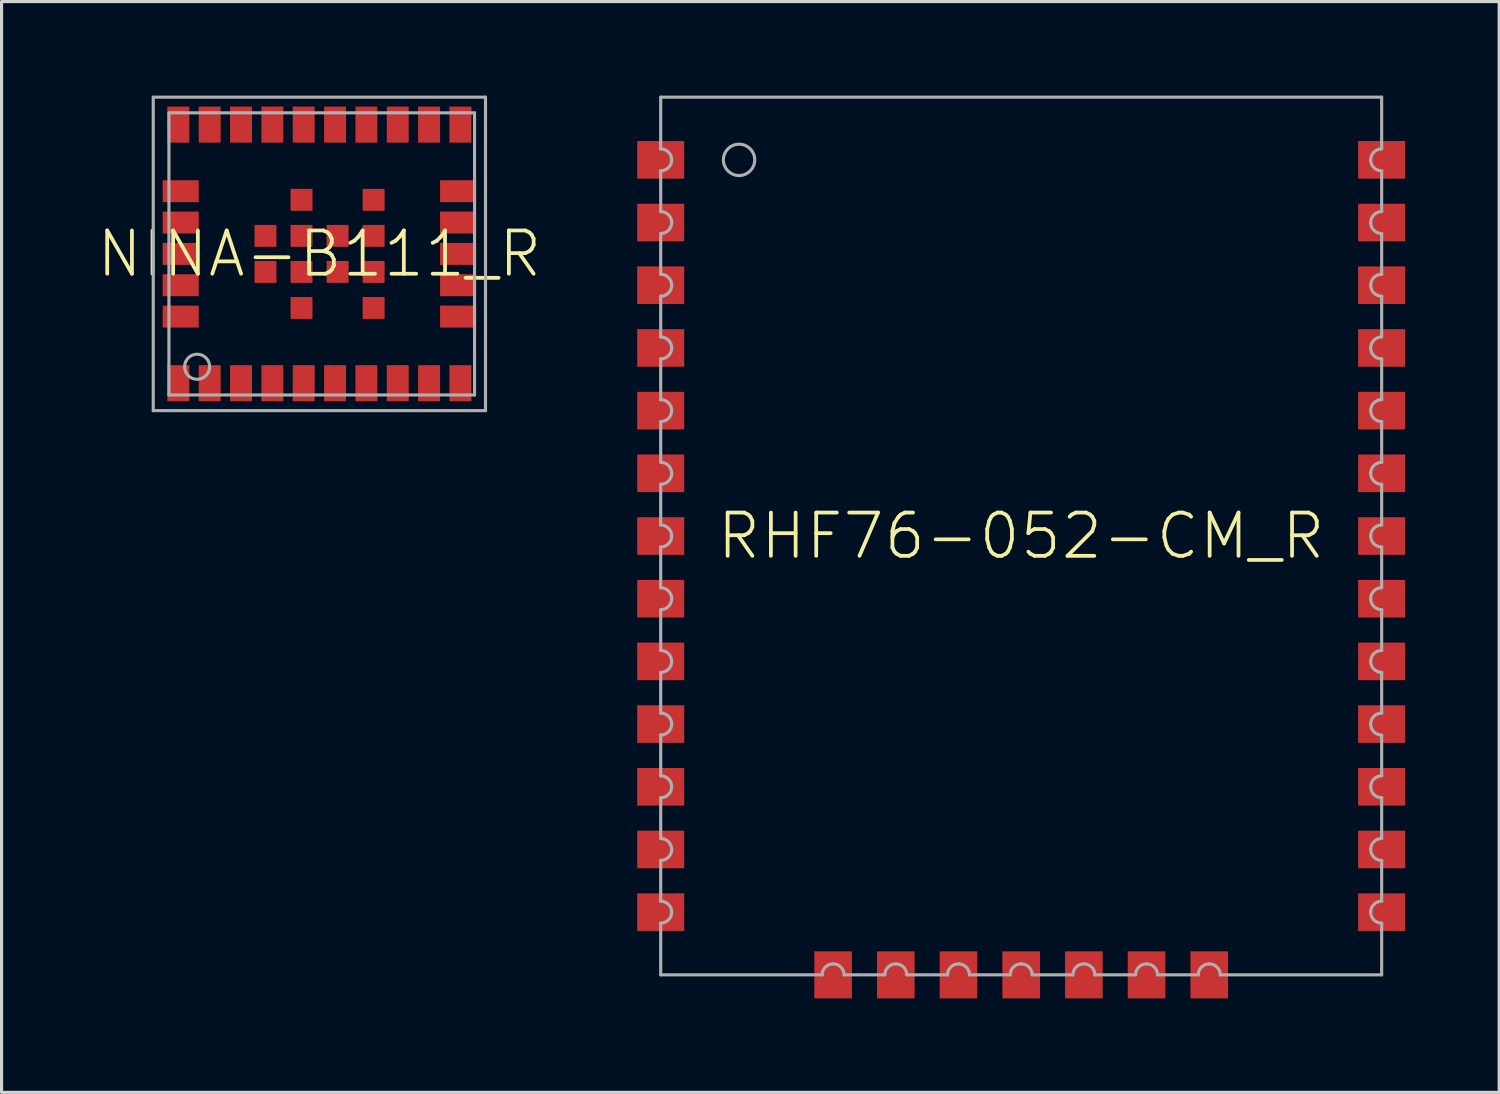
<source format=kicad_pcb>
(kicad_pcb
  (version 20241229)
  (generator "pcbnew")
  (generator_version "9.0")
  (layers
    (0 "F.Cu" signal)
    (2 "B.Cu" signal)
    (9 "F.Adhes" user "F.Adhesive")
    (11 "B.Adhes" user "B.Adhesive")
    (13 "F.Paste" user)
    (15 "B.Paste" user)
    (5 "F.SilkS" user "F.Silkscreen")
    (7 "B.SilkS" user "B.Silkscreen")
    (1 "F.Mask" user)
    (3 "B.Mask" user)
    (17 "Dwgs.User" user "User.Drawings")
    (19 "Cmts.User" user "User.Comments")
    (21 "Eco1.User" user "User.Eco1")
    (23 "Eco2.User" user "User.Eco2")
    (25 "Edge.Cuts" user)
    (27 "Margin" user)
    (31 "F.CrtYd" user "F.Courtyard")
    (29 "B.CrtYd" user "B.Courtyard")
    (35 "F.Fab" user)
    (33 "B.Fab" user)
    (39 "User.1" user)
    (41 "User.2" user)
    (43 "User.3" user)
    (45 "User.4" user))
  (footprint "RHF76-052-CM_R"
    (layer "F.Cu")
    (at 29.528 14.05)
    (property "Reference" "RHF76-052-CM_R" (at 0 0 0) (unlocked yes) (layer "F.SilkS") (effects (font (size 1.38 1.38) (thickness 0.12))))
    (fp_line (start -11.5 -14) (end -11.5 -12.35) (stroke (width 0.1) (type solid)) (layer "F.Fab"))
    (fp_line (start -11.5 -11.65) (end -11.5 -10.35) (stroke (width 0.1) (type solid)) (layer "F.Fab"))
    (fp_line (start -11.5 -9.65) (end -11.5 -8.35) (stroke (width 0.1) (type solid)) (layer "F.Fab"))
    (fp_line (start -11.5 -7.65) (end -11.5 -6.35) (stroke (width 0.1) (type solid)) (layer "F.Fab"))
    (fp_line (start -11.5 -5.65) (end -11.5 -4.35) (stroke (width 0.1) (type solid)) (layer "F.Fab"))
    (fp_line (start -11.5 -3.65) (end -11.5 -2.35) (stroke (width 0.1) (type solid)) (layer "F.Fab"))
    (fp_line (start -11.5 -1.65) (end -11.5 -0.35) (stroke (width 0.1) (type solid)) (layer "F.Fab"))
    (fp_line (start -11.5 0.35) (end -11.5 1.65) (stroke (width 0.1) (type solid)) (layer "F.Fab"))
    (fp_line (start -11.5 2.35) (end -11.5 3.65) (stroke (width 0.1) (type solid)) (layer "F.Fab"))
    (fp_line (start -11.5 4.35) (end -11.5 5.65) (stroke (width 0.1) (type solid)) (layer "F.Fab"))
    (fp_line (start -11.5 6.35) (end -11.5 7.65) (stroke (width 0.1) (type solid)) (layer "F.Fab"))
    (fp_line (start -11.5 8.35) (end -11.5 9.65) (stroke (width 0.1) (type solid)) (layer "F.Fab"))
    (fp_line (start -11.5 10.35) (end -11.5 11.65) (stroke (width 0.1) (type solid)) (layer "F.Fab"))
    (fp_line (start -11.5 12.35) (end -11.5 14) (stroke (width 0.1) (type solid)) (layer "F.Fab"))
    (fp_line (start -6.35 14) (end -11.5 14) (stroke (width 0.1) (type solid)) (layer "F.Fab"))
    (fp_line (start -5.65 14) (end -4.35 14) (stroke (width 0.1) (type solid)) (layer "F.Fab"))
    (fp_line (start -3.65 14) (end -2.35 14) (stroke (width 0.1) (type solid)) (layer "F.Fab"))
    (fp_line (start -1.65 14) (end -0.35 14) (stroke (width 0.1) (type solid)) (layer "F.Fab"))
    (fp_line (start 0.35 14) (end 1.65 14) (stroke (width 0.1) (type solid)) (layer "F.Fab"))
    (fp_line (start 2.35 14) (end 3.65 14) (stroke (width 0.1) (type solid)) (layer "F.Fab"))
    (fp_line (start 4.35 14) (end 5.65 14) (stroke (width 0.1) (type solid)) (layer "F.Fab"))
    (fp_line (start 6.35 14) (end 11.5 14) (stroke (width 0.1) (type solid)) (layer "F.Fab"))
    (fp_line (start 11.5 -14) (end -11.5 -14) (stroke (width 0.1) (type solid)) (layer "F.Fab"))
    (fp_line (start 11.5 -12.35) (end 11.5 -14) (stroke (width 0.1) (type solid)) (layer "F.Fab"))
    (fp_line (start 11.5 -10.35) (end 11.5 -11.65) (stroke (width 0.1) (type solid)) (layer "F.Fab"))
    (fp_line (start 11.5 -8.35) (end 11.5 -9.65) (stroke (width 0.1) (type solid)) (layer "F.Fab"))
    (fp_line (start 11.5 -6.35) (end 11.5 -7.65) (stroke (width 0.1) (type solid)) (layer "F.Fab"))
    (fp_line (start 11.5 -4.35) (end 11.5 -5.65) (stroke (width 0.1) (type solid)) (layer "F.Fab"))
    (fp_line (start 11.5 -2.35) (end 11.5 -3.65) (stroke (width 0.1) (type solid)) (layer "F.Fab"))
    (fp_line (start 11.5 -0.35) (end 11.5 -1.65) (stroke (width 0.1) (type solid)) (layer "F.Fab"))
    (fp_line (start 11.5 1.65) (end 11.5 0.35) (stroke (width 0.1) (type solid)) (layer "F.Fab"))
    (fp_line (start 11.5 3.65) (end 11.5 2.35) (stroke (width 0.1) (type solid)) (layer "F.Fab"))
    (fp_line (start 11.5 5.65) (end 11.5 4.35) (stroke (width 0.1) (type solid)) (layer "F.Fab"))
    (fp_line (start 11.5 7.65) (end 11.5 6.35) (stroke (width 0.1) (type solid)) (layer "F.Fab"))
    (fp_line (start 11.5 9.65) (end 11.5 8.35) (stroke (width 0.1) (type solid)) (layer "F.Fab"))
    (fp_line (start 11.5 11.65) (end 11.5 10.35) (stroke (width 0.1) (type solid)) (layer "F.Fab"))
    (fp_line (start 11.5 14) (end 11.5 12.35) (stroke (width 0.1) (type solid)) (layer "F.Fab"))
    (fp_arc (start -11.5 -12.35) (mid -11.252513 -12.247487) (end -11.15 -12) (stroke (width 0.1) (type solid)) (layer "F.Fab"))
    (fp_arc (start -11.5 -10.35) (mid -11.252513 -10.247487) (end -11.15 -10) (stroke (width 0.1) (type solid)) (layer "F.Fab"))
    (fp_arc (start -11.5 -8.35) (mid -11.252513 -8.247487) (end -11.15 -8) (stroke (width 0.1) (type solid)) (layer "F.Fab"))
    (fp_arc (start -11.5 -6.35) (mid -11.252513 -6.247487) (end -11.15 -6) (stroke (width 0.1) (type solid)) (layer "F.Fab"))
    (fp_arc (start -11.5 -4.35) (mid -11.252513 -4.247487) (end -11.15 -4) (stroke (width 0.1) (type solid)) (layer "F.Fab"))
    (fp_arc (start -11.5 -2.35) (mid -11.252513 -2.247487) (end -11.15 -2) (stroke (width 0.1) (type solid)) (layer "F.Fab"))
    (fp_arc (start -11.5 -0.35) (mid -11.252513 -0.247487) (end -11.15 0) (stroke (width 0.1) (type solid)) (layer "F.Fab"))
    (fp_arc (start -11.5 1.65) (mid -11.252513 1.752513) (end -11.15 2) (stroke (width 0.1) (type solid)) (layer "F.Fab"))
    (fp_arc (start -11.5 3.65) (mid -11.252513 3.752513) (end -11.15 4) (stroke (width 0.1) (type solid)) (layer "F.Fab"))
    (fp_arc (start -11.5 5.65) (mid -11.252513 5.752513) (end -11.15 6) (stroke (width 0.1) (type solid)) (layer "F.Fab"))
    (fp_arc (start -11.5 7.65) (mid -11.252513 7.752513) (end -11.15 8) (stroke (width 0.1) (type solid)) (layer "F.Fab"))
    (fp_arc (start -11.5 9.65) (mid -11.252513 9.752513) (end -11.15 10) (stroke (width 0.1) (type solid)) (layer "F.Fab"))
    (fp_arc (start -11.5 11.65) (mid -11.252513 11.752513) (end -11.15 12) (stroke (width 0.1) (type solid)) (layer "F.Fab"))
    (fp_arc (start -11.15 -12) (mid -11.252513 -11.752513) (end -11.5 -11.65) (stroke (width 0.1) (type solid)) (layer "F.Fab"))
    (fp_arc (start -11.15 -10) (mid -11.252513 -9.752513) (end -11.5 -9.65) (stroke (width 0.1) (type solid)) (layer "F.Fab"))
    (fp_arc (start -11.15 -8) (mid -11.252513 -7.752513) (end -11.5 -7.65) (stroke (width 0.1) (type solid)) (layer "F.Fab"))
    (fp_arc (start -11.15 -6) (mid -11.252513 -5.752513) (end -11.5 -5.65) (stroke (width 0.1) (type solid)) (layer "F.Fab"))
    (fp_arc (start -11.15 -4) (mid -11.252513 -3.752513) (end -11.5 -3.65) (stroke (width 0.1) (type solid)) (layer "F.Fab"))
    (fp_arc (start -11.15 -2) (mid -11.252513 -1.752513) (end -11.5 -1.65) (stroke (width 0.1) (type solid)) (layer "F.Fab"))
    (fp_arc (start -11.15 0) (mid -11.252513 0.247487) (end -11.5 0.35) (stroke (width 0.1) (type solid)) (layer "F.Fab"))
    (fp_arc (start -11.15 2) (mid -11.252513 2.247487) (end -11.5 2.35) (stroke (width 0.1) (type solid)) (layer "F.Fab"))
    (fp_arc (start -11.15 4) (mid -11.252513 4.247487) (end -11.5 4.35) (stroke (width 0.1) (type solid)) (layer "F.Fab"))
    (fp_arc (start -11.15 6) (mid -11.252513 6.247487) (end -11.5 6.35) (stroke (width 0.1) (type solid)) (layer "F.Fab"))
    (fp_arc (start -11.15 8) (mid -11.252513 8.247487) (end -11.5 8.35) (stroke (width 0.1) (type solid)) (layer "F.Fab"))
    (fp_arc (start -11.15 10) (mid -11.252513 10.247487) (end -11.5 10.35) (stroke (width 0.1) (type solid)) (layer "F.Fab"))
    (fp_arc (start -11.15 12) (mid -11.252513 12.247487) (end -11.5 12.35) (stroke (width 0.1) (type solid)) (layer "F.Fab"))
    (fp_arc (start -6.35 14) (mid -6.247487 13.752513) (end -6 13.65) (stroke (width 0.1) (type solid)) (layer "F.Fab"))
    (fp_arc (start -6 13.65) (mid -5.752513 13.752513) (end -5.65 14) (stroke (width 0.1) (type solid)) (layer "F.Fab"))
    (fp_arc (start -4.35 14) (mid -4.247487 13.752513) (end -4 13.65) (stroke (width 0.1) (type solid)) (layer "F.Fab"))
    (fp_arc (start -4 13.65) (mid -3.752513 13.752513) (end -3.65 14) (stroke (width 0.1) (type solid)) (layer "F.Fab"))
    (fp_arc (start -2.35 14) (mid -2.247487 13.752513) (end -2 13.65) (stroke (width 0.1) (type solid)) (layer "F.Fab"))
    (fp_arc (start -2 13.65) (mid -1.752513 13.752513) (end -1.65 14) (stroke (width 0.1) (type solid)) (layer "F.Fab"))
    (fp_arc (start -0.35 14) (mid -0.247487 13.752513) (end 0 13.65) (stroke (width 0.1) (type solid)) (layer "F.Fab"))
    (fp_arc (start 0 13.65) (mid 0.247487 13.752513) (end 0.35 14) (stroke (width 0.1) (type solid)) (layer "F.Fab"))
    (fp_arc (start 1.65 14) (mid 1.752513 13.752513) (end 2 13.65) (stroke (width 0.1) (type solid)) (layer "F.Fab"))
    (fp_arc (start 2 13.65) (mid 2.247487 13.752513) (end 2.35 14) (stroke (width 0.1) (type solid)) (layer "F.Fab"))
    (fp_arc (start 3.65 14) (mid 3.752513 13.752513) (end 4 13.65) (stroke (width 0.1) (type solid)) (layer "F.Fab"))
    (fp_arc (start 4 13.65) (mid 4.247487 13.752513) (end 4.35 14) (stroke (width 0.1) (type solid)) (layer "F.Fab"))
    (fp_arc (start 5.65 14) (mid 5.752513 13.752513) (end 6 13.65) (stroke (width 0.1) (type solid)) (layer "F.Fab"))
    (fp_arc (start 6 13.65) (mid 6.247487 13.752513) (end 6.35 14) (stroke (width 0.1) (type solid)) (layer "F.Fab"))
    (fp_arc (start 11.15 -12) (mid 11.252513 -12.247487) (end 11.5 -12.35) (stroke (width 0.1) (type solid)) (layer "F.Fab"))
    (fp_arc (start 11.15 -10) (mid 11.252513 -10.247487) (end 11.5 -10.35) (stroke (width 0.1) (type solid)) (layer "F.Fab"))
    (fp_arc (start 11.15 -8) (mid 11.252513 -8.247487) (end 11.5 -8.35) (stroke (width 0.1) (type solid)) (layer "F.Fab"))
    (fp_arc (start 11.15 -6) (mid 11.252513 -6.247487) (end 11.5 -6.35) (stroke (width 0.1) (type solid)) (layer "F.Fab"))
    (fp_arc (start 11.15 -4) (mid 11.252513 -4.247487) (end 11.5 -4.35) (stroke (width 0.1) (type solid)) (layer "F.Fab"))
    (fp_arc (start 11.15 -2) (mid 11.252513 -2.247487) (end 11.5 -2.35) (stroke (width 0.1) (type solid)) (layer "F.Fab"))
    (fp_arc (start 11.15 0) (mid 11.252513 -0.247487) (end 11.5 -0.35) (stroke (width 0.1) (type solid)) (layer "F.Fab"))
    (fp_arc (start 11.15 2) (mid 11.252513 1.752513) (end 11.5 1.65) (stroke (width 0.1) (type solid)) (layer "F.Fab"))
    (fp_arc (start 11.15 4) (mid 11.252513 3.752513) (end 11.5 3.65) (stroke (width 0.1) (type solid)) (layer "F.Fab"))
    (fp_arc (start 11.15 6) (mid 11.252513 5.752513) (end 11.5 5.65) (stroke (width 0.1) (type solid)) (layer "F.Fab"))
    (fp_arc (start 11.15 8) (mid 11.252513 7.752513) (end 11.5 7.65) (stroke (width 0.1) (type solid)) (layer "F.Fab"))
    (fp_arc (start 11.15 10) (mid 11.252513 9.752513) (end 11.5 9.65) (stroke (width 0.1) (type solid)) (layer "F.Fab"))
    (fp_arc (start 11.15 12) (mid 11.252513 11.752513) (end 11.5 11.65) (stroke (width 0.1) (type solid)) (layer "F.Fab"))
    (fp_arc (start 11.5 -11.65) (mid 11.252513 -11.752513) (end 11.15 -12) (stroke (width 0.1) (type solid)) (layer "F.Fab"))
    (fp_arc (start 11.5 -9.65) (mid 11.252513 -9.752513) (end 11.15 -10) (stroke (width 0.1) (type solid)) (layer "F.Fab"))
    (fp_arc (start 11.5 -7.65) (mid 11.252513 -7.752513) (end 11.15 -8) (stroke (width 0.1) (type solid)) (layer "F.Fab"))
    (fp_arc (start 11.5 -5.65) (mid 11.252513 -5.752513) (end 11.15 -6) (stroke (width 0.1) (type solid)) (layer "F.Fab"))
    (fp_arc (start 11.5 -3.65) (mid 11.252513 -3.752513) (end 11.15 -4) (stroke (width 0.1) (type solid)) (layer "F.Fab"))
    (fp_arc (start 11.5 -1.65) (mid 11.252513 -1.752513) (end 11.15 -2) (stroke (width 0.1) (type solid)) (layer "F.Fab"))
    (fp_arc (start 11.5 0.35) (mid 11.252513 0.247487) (end 11.15 0) (stroke (width 0.1) (type solid)) (layer "F.Fab"))
    (fp_arc (start 11.5 2.35) (mid 11.252513 2.247487) (end 11.15 2) (stroke (width 0.1) (type solid)) (layer "F.Fab"))
    (fp_arc (start 11.5 4.35) (mid 11.252513 4.247487) (end 11.15 4) (stroke (width 0.1) (type solid)) (layer "F.Fab"))
    (fp_arc (start 11.5 6.35) (mid 11.252513 6.247487) (end 11.15 6) (stroke (width 0.1) (type solid)) (layer "F.Fab"))
    (fp_arc (start 11.5 8.35) (mid 11.252513 8.247487) (end 11.15 8) (stroke (width 0.1) (type solid)) (layer "F.Fab"))
    (fp_arc (start 11.5 10.35) (mid 11.252513 10.247487) (end 11.15 10) (stroke (width 0.1) (type solid)) (layer "F.Fab"))
    (fp_arc (start 11.5 12.35) (mid 11.252513 12.247487) (end 11.15 12) (stroke (width 0.1) (type solid)) (layer "F.Fab"))
    (fp_circle (center -9 -12) (end -8.5 -12) (stroke (width 0.1) (type solid)) (fill no) (layer "F.Fab"))
    (pad "1" smd rect (at -11.5 -12) (size 1.5 1.2) (layers "F.Cu" "F.Mask" "F.Paste"))
    (pad "2" smd rect (at -11.5 -10) (size 1.5 1.2) (layers "F.Cu" "F.Mask" "F.Paste"))
    (pad "3" smd rect (at -11.5 -8) (size 1.5 1.2) (layers "F.Cu" "F.Mask" "F.Paste"))
    (pad "4" smd rect (at -11.5 -6) (size 1.5 1.2) (layers "F.Cu" "F.Mask" "F.Paste"))
    (pad "5" smd rect (at -11.5 -4) (size 1.5 1.2) (layers "F.Cu" "F.Mask" "F.Paste"))
    (pad "6" smd rect (at -11.5 -2) (size 1.5 1.2) (layers "F.Cu" "F.Mask" "F.Paste"))
    (pad "7" smd rect (at -11.5 0) (size 1.5 1.2) (layers "F.Cu" "F.Mask" "F.Paste"))
    (pad "8" smd rect (at -11.5 2) (size 1.5 1.2) (layers "F.Cu" "F.Mask" "F.Paste"))
    (pad "9" smd rect (at -11.5 4) (size 1.5 1.2) (layers "F.Cu" "F.Mask" "F.Paste"))
    (pad "10" smd rect (at -11.5 6) (size 1.5 1.2) (layers "F.Cu" "F.Mask" "F.Paste"))
    (pad "11" smd rect (at -11.5 8) (size 1.5 1.2) (layers "F.Cu" "F.Mask" "F.Paste"))
    (pad "12" smd rect (at -11.5 10) (size 1.5 1.2) (layers "F.Cu" "F.Mask" "F.Paste"))
    (pad "13" smd rect (at -11.5 12) (size 1.5 1.2) (layers "F.Cu" "F.Mask" "F.Paste"))
    (pad "14" smd rect (at -6 14 90) (size 1.5 1.2) (layers "F.Cu" "F.Mask" "F.Paste"))
    (pad "15" smd rect (at -4 14 90) (size 1.5 1.2) (layers "F.Cu" "F.Mask" "F.Paste"))
    (pad "16" smd rect (at -2 14 90) (size 1.5 1.2) (layers "F.Cu" "F.Mask" "F.Paste"))
    (pad "17" smd rect (at 0 14 90) (size 1.5 1.2) (layers "F.Cu" "F.Mask" "F.Paste"))
    (pad "18" smd rect (at 2 14 90) (size 1.5 1.2) (layers "F.Cu" "F.Mask" "F.Paste"))
    (pad "19" smd rect (at 4 14 90) (size 1.5 1.2) (layers "F.Cu" "F.Mask" "F.Paste"))
    (pad "20" smd rect (at 6 14 90) (size 1.5 1.2) (layers "F.Cu" "F.Mask" "F.Paste"))
    (pad "21" smd rect (at 11.5 2 180) (size 1.5 1.2) (layers "F.Cu" "F.Mask" "F.Paste"))
    (pad "22" smd rect (at 11.5 4 180) (size 1.5 1.2) (layers "F.Cu" "F.Mask" "F.Paste"))
    (pad "23" smd rect (at 11.5 6 180) (size 1.5 1.2) (layers "F.Cu" "F.Mask" "F.Paste"))
    (pad "24" smd rect (at 11.5 8 180) (size 1.5 1.2) (layers "F.Cu" "F.Mask" "F.Paste"))
    (pad "25" smd rect (at 11.5 10 180) (size 1.5 1.2) (layers "F.Cu" "F.Mask" "F.Paste"))
    (pad "26" smd rect (at 11.5 12 180) (size 1.5 1.2) (layers "F.Cu" "F.Mask" "F.Paste"))
    (pad "27" smd rect (at 11.5 0 180) (size 1.5 1.2) (layers "F.Cu" "F.Mask" "F.Paste"))
    (pad "28" smd rect (at 11.5 -2 180) (size 1.5 1.2) (layers "F.Cu" "F.Mask" "F.Paste"))
    (pad "29" smd rect (at 11.5 -4 180) (size 1.5 1.2) (layers "F.Cu" "F.Mask" "F.Paste"))
    (pad "30" smd rect (at 11.5 -6 180) (size 1.5 1.2) (layers "F.Cu" "F.Mask" "F.Paste"))
    (pad "31" smd rect (at 11.5 -8 180) (size 1.5 1.2) (layers "F.Cu" "F.Mask" "F.Paste"))
    (pad "32" smd rect (at 11.5 -10 180) (size 1.5 1.2) (layers "F.Cu" "F.Mask" "F.Paste"))
    (pad "33" smd rect (at 11.5 -12 180) (size 1.5 1.2) (layers "F.Cu" "F.Mask" "F.Paste")))
  (footprint "NINA-B111_R"
    (layer "F.Cu")
    (at 7.139 5.05)
    (property "Reference" "NINA-B111_R" (at 0 0 0) (unlocked yes) (layer "F.SilkS") (effects (font (size 1.38 1.38) (thickness 0.12))))
    (fp_line (start -5.3 -5) (end -5.3 5) (stroke (width 0.1) (type solid)) (layer "F.Fab"))
    (fp_line (start -5.3 5) (end 5.3 5) (stroke (width 0.1) (type solid)) (layer "F.Fab"))
    (fp_line (start -4.8 4.5) (end -4.8 -4.5) (stroke (width 0.1) (type solid)) (layer "F.Fab"))
    (fp_line (start 4.95 -4.5) (end -4.8 -4.5) (stroke (width 0.1) (type solid)) (layer "F.Fab"))
    (fp_line (start 4.95 -4.5) (end 4.95 4.5) (stroke (width 0.1) (type solid)) (layer "F.Fab"))
    (fp_line (start 4.95 4.5) (end -4.8 4.5) (stroke (width 0.1) (type solid)) (layer "F.Fab"))
    (fp_line (start 5.3 -5) (end -5.3 -5) (stroke (width 0.1) (type solid)) (layer "F.Fab"))
    (fp_line (start 5.3 5) (end 5.3 -5) (stroke (width 0.1) (type solid)) (layer "F.Fab"))
    (fp_circle (center -3.9 3.6) (end -3.5 3.6) (stroke (width 0.1) (type solid)) (fill no) (layer "F.Fab"))
    (pad "1" smd rect (at -4.5 4.125 90) (size 1.15 0.7) (layers "F.Cu" "F.Mask" "F.Paste"))
    (pad "2" smd rect (at -3.5 4.125 90) (size 1.15 0.7) (layers "F.Cu" "F.Mask" "F.Paste"))
    (pad "3" smd rect (at -2.5 4.125 90) (size 1.15 0.7) (layers "F.Cu" "F.Mask" "F.Paste"))
    (pad "4" smd rect (at -1.5 4.125 90) (size 1.15 0.7) (layers "F.Cu" "F.Mask" "F.Paste"))
    (pad "5" smd rect (at -0.5 4.125 90) (size 1.15 0.7) (layers "F.Cu" "F.Mask" "F.Paste"))
    (pad "6" smd rect (at 0.5 4.125 90) (size 1.15 0.7) (layers "F.Cu" "F.Mask" "F.Paste"))
    (pad "7" smd rect (at 1.5 4.125 90) (size 1.15 0.7) (layers "F.Cu" "F.Mask" "F.Paste"))
    (pad "8" smd rect (at 2.5 4.125 90) (size 1.15 0.7) (layers "F.Cu" "F.Mask" "F.Paste"))
    (pad "9" smd rect (at 3.5 4.125 90) (size 1.15 0.7) (layers "F.Cu" "F.Mask" "F.Paste"))
    (pad "10" smd rect (at 4.5 4.125 90) (size 1.15 0.7) (layers "F.Cu" "F.Mask" "F.Paste"))
    (pad "11" smd rect (at 4.425 2 180) (size 1.15 0.7) (layers "F.Cu" "F.Mask" "F.Paste"))
    (pad "12" smd rect (at 4.425 1 180) (size 1.15 0.7) (layers "F.Cu" "F.Mask" "F.Paste"))
    (pad "13" smd rect (at 4.425 0 180) (size 1.15 0.7) (layers "F.Cu" "F.Mask" "F.Paste"))
    (pad "14" smd rect (at 4.425 -1 180) (size 1.15 0.7) (layers "F.Cu" "F.Mask" "F.Paste"))
    (pad "15" smd rect (at 4.425 -2 180) (size 1.15 0.7) (layers "F.Cu" "F.Mask" "F.Paste"))
    (pad "16" smd rect (at 4.5 -4.125 90) (size 1.15 0.7) (layers "F.Cu" "F.Mask" "F.Paste"))
    (pad "17" smd rect (at 3.5 -4.125 90) (size 1.15 0.7) (layers "F.Cu" "F.Mask" "F.Paste"))
    (pad "18" smd rect (at 2.5 -4.125 90) (size 1.15 0.7) (layers "F.Cu" "F.Mask" "F.Paste"))
    (pad "19" smd rect (at 1.5 -4.125 90) (size 1.15 0.7) (layers "F.Cu" "F.Mask" "F.Paste"))
    (pad "20" smd rect (at 0.5 -4.125 90) (size 1.15 0.7) (layers "F.Cu" "F.Mask" "F.Paste"))
    (pad "21" smd rect (at -0.5 -4.125 90) (size 1.15 0.7) (layers "F.Cu" "F.Mask" "F.Paste"))
    (pad "22" smd rect (at -1.5 -4.125 90) (size 1.15 0.7) (layers "F.Cu" "F.Mask" "F.Paste"))
    (pad "23" smd rect (at -2.5 -4.125 90) (size 1.15 0.7) (layers "F.Cu" "F.Mask" "F.Paste"))
    (pad "24" smd rect (at -3.5 -4.125 90) (size 1.15 0.7) (layers "F.Cu" "F.Mask" "F.Paste"))
    (pad "25" smd rect (at -4.5 -4.125 90) (size 1.15 0.7) (layers "F.Cu" "F.Mask" "F.Paste"))
    (pad "26" smd rect (at -4.425 -2) (size 1.15 0.7) (layers "F.Cu" "F.Mask" "F.Paste"))
    (pad "27" smd rect (at -4.425 -1) (size 1.15 0.7) (layers "F.Cu" "F.Mask" "F.Paste"))
    (pad "28" smd rect (at -4.425 0) (size 1.15 0.7) (layers "F.Cu" "F.Mask" "F.Paste"))
    (pad "29" smd rect (at -4.425 1) (size 1.15 0.7) (layers "F.Cu" "F.Mask" "F.Paste"))
    (pad "30" smd rect (at -4.425 2) (size 1.15 0.7) (layers "F.Cu" "F.Mask" "F.Paste"))
    (pad "31" smd rect (at -0.57 1.725) (size 0.7 0.7) (layers "F.Cu" "F.Mask" "F.Paste"))
    (pad "32" smd rect (at 1.73 1.725) (size 0.7 0.7) (layers "F.Cu" "F.Mask" "F.Paste"))
    (pad "33" smd rect (at 1.73 -1.725) (size 0.7 0.7) (layers "F.Cu" "F.Mask" "F.Paste"))
    (pad "34" smd rect (at -0.57 -1.725) (size 0.7 0.7) (layers "F.Cu" "F.Mask" "F.Paste"))
    (pad "35" smd rect (at -1.72 0.575) (size 0.7 0.7) (layers "F.Cu" "F.Mask" "F.Paste"))
    (pad "36" smd rect (at -0.57 0.575) (size 0.7 0.7) (layers "F.Cu" "F.Mask" "F.Paste"))
    (pad "37" smd rect (at 0.58 0.575) (size 0.7 0.7) (layers "F.Cu" "F.Mask" "F.Paste"))
    (pad "38" smd rect (at 1.73 0.575) (size 0.7 0.7) (layers "F.Cu" "F.Mask" "F.Paste"))
    (pad "39" smd rect (at 1.73 -0.575) (size 0.7 0.7) (layers "F.Cu" "F.Mask" "F.Paste"))
    (pad "40" smd rect (at 0.58 -0.575) (size 0.7 0.7) (layers "F.Cu" "F.Mask" "F.Paste"))
    (pad "41" smd rect (at -0.57 -0.575) (size 0.7 0.7) (layers "F.Cu" "F.Mask" "F.Paste"))
    (pad "42" smd rect (at -1.72 -0.575) (size 0.7 0.7) (layers "F.Cu" "F.Mask" "F.Paste")))
  (gr_rect
    (start -3 -3)
    (end 44.778 31.8)
    (stroke (width 0.1) (type default))
    (fill no)
    (layer "Edge.Cuts")))
</source>
